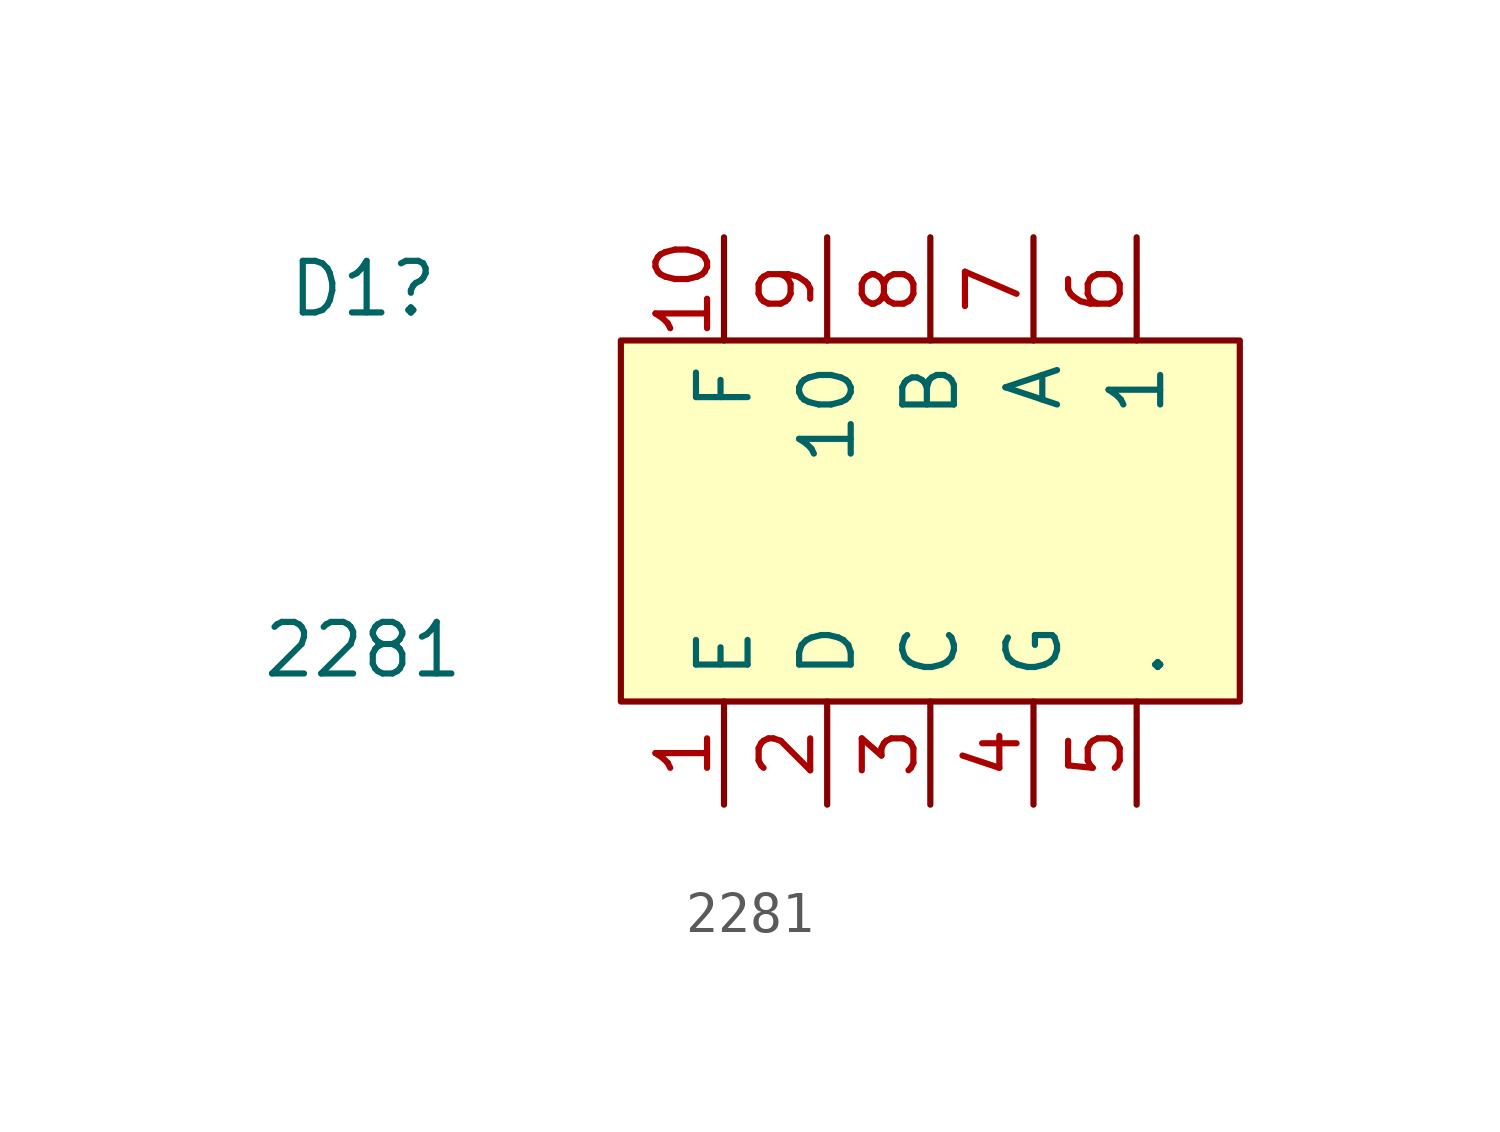
<source format=kicad_sym>
(kicad_symbol_lib
  (version 20220914)
  (generator kicad_symbol_editor)
  (symbol "2281"
    (property "Reference" "D1"
      (at -8.89 10.16 0)
      (effects (font (size 1.27 1.27))))
    (property "Value" "2281"
      (at -8.89 1.27 0)
      (effects (font (size 1.27 1.27))))
    (symbol "2281_0_1"
      (rectangle (start -2.54 8.89) (end 12.7 0) (stroke (width 0) (type default)) (fill (type background))))
    (symbol "2281_1_1"
      (pin input line (at 0 -2.54 90) (length 2.54) (name "E" (effects (font (size 1.27 1.27)))) (number "1" (effects (font (size 1.27 1.27)))))
      (pin input line (at 0 11.43 270) (length 2.54) (name "F" (effects (font (size 1.27 1.27)))) (number "10" (effects (font (size 1.27 1.27)))))
      (pin input line (at 2.54 -2.54 90) (length 2.54) (name "D" (effects (font (size 1.27 1.27)))) (number "2" (effects (font (size 1.27 1.27)))))
      (pin input line (at 5.08 -2.54 90) (length 2.54) (name "C" (effects (font (size 1.27 1.27)))) (number "3" (effects (font (size 1.27 1.27)))))
      (pin input line (at 7.62 -2.54 90) (length 2.54) (name "G" (effects (font (size 1.27 1.27)))) (number "4" (effects (font (size 1.27 1.27)))))
      (pin input line (at 10.16 -2.54 90) (length 2.54) (name "." (effects (font (size 1.27 1.27)))) (number "5" (effects (font (size 1.27 1.27)))))
      (pin input line (at 10.16 11.43 270) (length 2.54) (name "1" (effects (font (size 1.27 1.27)))) (number "6" (effects (font (size 1.27 1.27)))))
      (pin input line (at 7.62 11.43 270) (length 2.54) (name "A" (effects (font (size 1.27 1.27)))) (number "7" (effects (font (size 1.27 1.27)))))
      (pin input line (at 5.08 11.43 270) (length 2.54) (name "B" (effects (font (size 1.27 1.27)))) (number "8" (effects (font (size 1.27 1.27)))))
      (pin input line (at 2.54 11.43 270) (length 2.54) (name "10" (effects (font (size 1.27 1.27)))) (number "9" (effects (font (size 1.27 1.27))))))))
</source>
